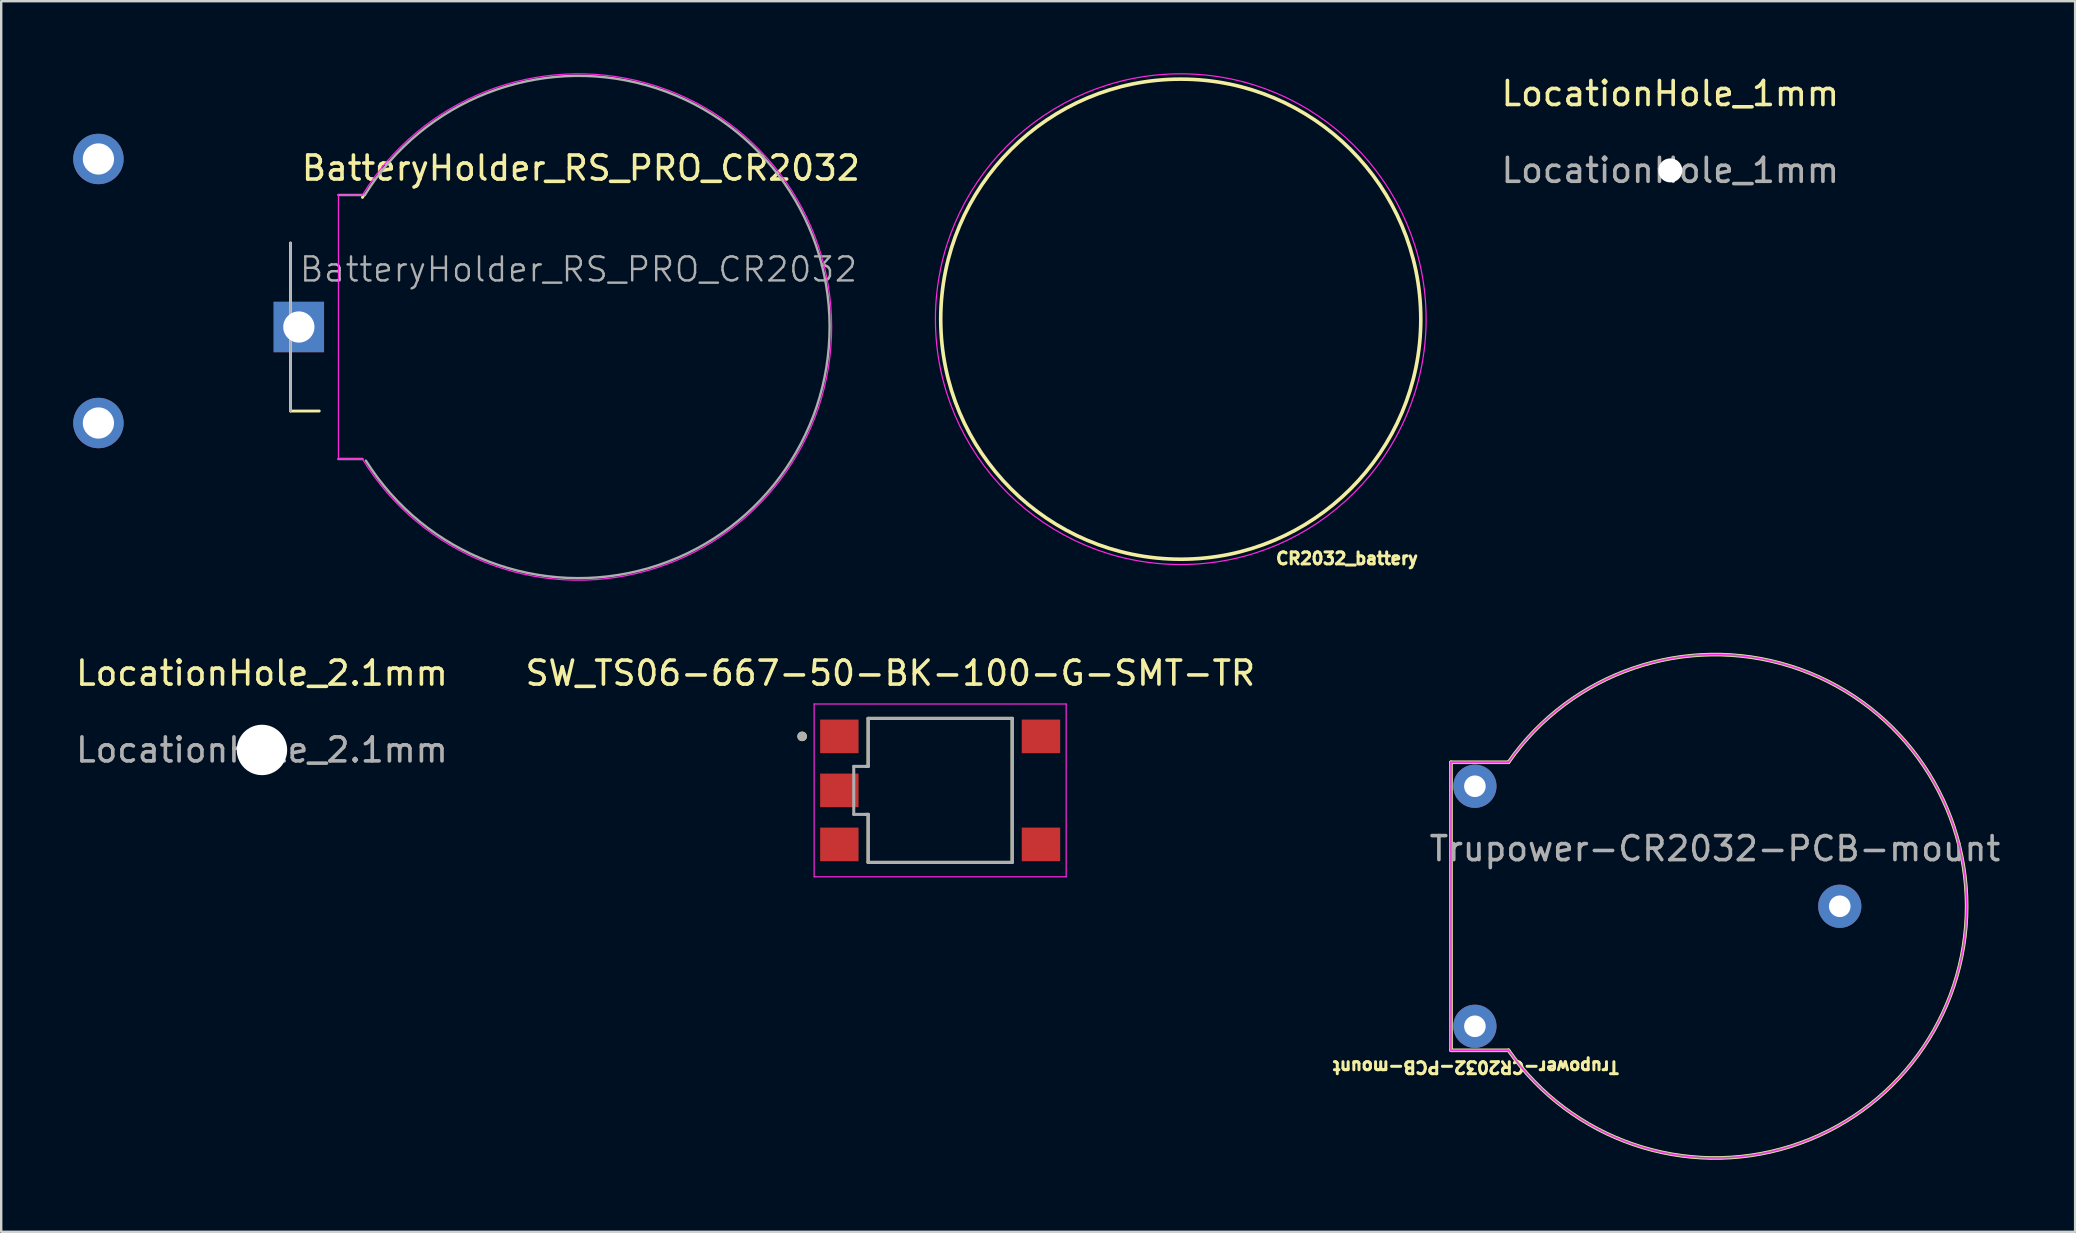
<source format=kicad_pcb>
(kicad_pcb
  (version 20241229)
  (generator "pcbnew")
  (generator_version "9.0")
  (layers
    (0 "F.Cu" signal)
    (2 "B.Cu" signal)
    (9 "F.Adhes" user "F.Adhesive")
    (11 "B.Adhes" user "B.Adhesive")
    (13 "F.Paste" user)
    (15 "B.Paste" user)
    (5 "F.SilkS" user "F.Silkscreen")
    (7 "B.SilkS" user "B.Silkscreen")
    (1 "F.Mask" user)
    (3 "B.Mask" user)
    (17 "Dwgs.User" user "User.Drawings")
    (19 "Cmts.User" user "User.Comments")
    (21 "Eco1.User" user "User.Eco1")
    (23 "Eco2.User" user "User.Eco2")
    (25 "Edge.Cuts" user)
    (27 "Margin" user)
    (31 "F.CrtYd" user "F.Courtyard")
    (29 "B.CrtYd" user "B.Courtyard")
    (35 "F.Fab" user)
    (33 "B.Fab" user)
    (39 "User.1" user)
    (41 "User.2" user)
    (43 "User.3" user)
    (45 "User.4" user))
  (footprint "Trupower-CR2032-PCB-mount"
    (layer "F.Cu")
    (at 68.395 34.706)
    (property "Reference" "Trupower-CR2032-PCB-mount" (at -9.96 6.7 180) (unlocked yes) (layer "F.SilkS") (effects (font (size 0.5 0.5) (thickness 0.15))))
    (attr through_hole)
    (fp_line (start -10.994 -6) (end -8.6 -6) (stroke (width 0.15) (type solid)) (layer "F.SilkS"))
    (fp_line (start -10.994 6) (end -10.997 -6) (stroke (width 0.15) (type solid)) (layer "F.SilkS"))
    (fp_line (start -10.994 6) (end -8.6 6) (stroke (width 0.15) (type solid)) (layer "F.SilkS"))
    (fp_arc (start -8.6 -6) (mid 10.486181 0) (end -8.6 6) (stroke (width 0.15) (type default)) (layer "F.SilkS"))
    (fp_line (start -11 -6) (end -8.6 -6) (stroke (width 0.05) (type solid)) (layer "F.CrtYd"))
    (fp_line (start -11 6) (end -11 -6) (stroke (width 0.05) (type solid)) (layer "F.CrtYd"))
    (fp_line (start -11 6) (end -8.6 6) (stroke (width 0.05) (type solid)) (layer "F.CrtYd"))
    (fp_arc (start -8.6 -6) (mid 10.486181 0) (end -8.6 6) (stroke (width 0.05) (type default)) (layer "F.CrtYd"))
    (fp_line (start -11 6) (end -11 -6) (stroke (width 0.1) (type solid)) (layer "F.Fab"))
    (fp_line (start -8.6 -6) (end -11 -6) (stroke (width 0.1) (type solid)) (layer "F.Fab"))
    (fp_line (start -8.6 6) (end -11 6) (stroke (width 0.1) (type solid)) (layer "F.Fab"))
    (fp_arc (start -8.599999 -5.999999) (mid 10.48618 0) (end -8.599999 5.999999) (stroke (width 0.1) (type default)) (layer "F.Fab"))
    (fp_text user "${REFERENCE}" (at 0 -2.4 0) (unlocked yes) (layer "F.Fab") (effects (font (size 1 1) (thickness 0.15))))
    (pad "1" thru_hole circle (at -10 -5 270) (size 1.8 1.8) (drill 0.9) (layers "*.Cu" "*.Mask"))
    (pad "1" thru_hole circle (at -10 5 270) (size 1.8 1.8) (drill 0.9) (layers "*.Cu" "*.Mask"))
    (pad "2" thru_hole circle (at 5.2 0 270) (size 1.8 1.8) (drill 0.9) (layers "*.Cu" "*.Mask")))
  (footprint "LocationHole_1mm"
    (layer "F.Cu")
    (at 66.536 4.048)
    (property "Reference" "LocationHole_1mm" (at 0 -3.2 0) (layer "F.SilkS") (effects (font (size 1 1) (thickness 0.15))))
    (attr exclude_from_pos_files)
    (fp_text user "${REFERENCE}" (at 0 0 0) (layer "F.Fab") (effects (font (size 1 1) (thickness 0.15))))
    (pad "" np_thru_hole circle (at 0 0) (size 1 1) (drill 1) (layers "*.Cu" "*.Mask")))
  (footprint "SW_TS06-667-50-BK-100-G-SMT-TR"
    (layer "F.Cu")
    (at 36.117 29.878)
    (property "Reference" "SW_TS06-667-50-BK-100-G-SMT-TR" (at -2.075 -4.885 0) (layer "F.SilkS") (effects (font (size 1 1) (thickness 0.15))))
    (attr smd)
    (fp_line (start -3 -3) (end -3 -1) (stroke (width 0.127) (type solid)) (layer "F.SilkS"))
    (fp_line (start -3 -1) (end -3.1 -1) (stroke (width 0.127) (type solid)) (layer "F.SilkS"))
    (fp_line (start -3 1) (end -3.1 1) (stroke (width 0.127) (type solid)) (layer "F.SilkS"))
    (fp_line (start -3 1) (end -3 3) (stroke (width 0.127) (type solid)) (layer "F.SilkS"))
    (fp_line (start -3 3) (end 3 3) (stroke (width 0.127) (type solid)) (layer "F.SilkS"))
    (fp_line (start 3 -3) (end -3 -3) (stroke (width 0.127) (type solid)) (layer "F.SilkS"))
    (fp_line (start 3 3) (end 3 -3) (stroke (width 0.127) (type solid)) (layer "F.SilkS"))
    (fp_circle (center -5.75 -2.25) (end -5.65 -2.25) (stroke (width 0.2) (type solid)) (fill no) (layer "F.SilkS"))
    (fp_line (start -5.25 -3.6) (end -5.25 3.6) (stroke (width 0.05) (type solid)) (layer "F.CrtYd"))
    (fp_line (start -5.25 3.6) (end 5.25 3.6) (stroke (width 0.05) (type solid)) (layer "F.CrtYd"))
    (fp_line (start 5.25 -3.6) (end -5.25 -3.6) (stroke (width 0.05) (type solid)) (layer "F.CrtYd"))
    (fp_line (start 5.25 3.6) (end 5.25 -3.6) (stroke (width 0.05) (type solid)) (layer "F.CrtYd"))
    (fp_line (start -3.6 -1) (end -3.6 1) (stroke (width 0.127) (type solid)) (layer "F.Fab"))
    (fp_line (start -3.6 1) (end -3 1) (stroke (width 0.127) (type solid)) (layer "F.Fab"))
    (fp_line (start -3 -3) (end -3 -1) (stroke (width 0.127) (type solid)) (layer "F.Fab"))
    (fp_line (start -3 -1) (end -3.6 -1) (stroke (width 0.127) (type solid)) (layer "F.Fab"))
    (fp_line (start -3 1) (end -3 3) (stroke (width 0.127) (type solid)) (layer "F.Fab"))
    (fp_line (start -3 3) (end 3 3) (stroke (width 0.127) (type solid)) (layer "F.Fab"))
    (fp_line (start 3 -3) (end -3 -3) (stroke (width 0.127) (type solid)) (layer "F.Fab"))
    (fp_line (start 3 3) (end 3 -3) (stroke (width 0.127) (type solid)) (layer "F.Fab"))
    (fp_circle (center -5.75 -2.25) (end -5.65 -2.25) (stroke (width 0.2) (type solid)) (fill no) (layer "F.Fab"))
    (pad "1" smd rect (at -4.2 -2.25) (size 1.6 1.4) (layers "F.Cu" "F.Mask" "F.Paste"))
    (pad "2" smd rect (at -4.2 2.25) (size 1.6 1.4) (layers "F.Cu" "F.Mask" "F.Paste"))
    (pad "3" smd rect (at 4.2 -2.25) (size 1.6 1.4) (layers "F.Cu" "F.Mask" "F.Paste"))
    (pad "4" smd rect (at 4.2 2.25) (size 1.6 1.4) (layers "F.Cu" "F.Mask" "F.Paste"))
    (pad "5" smd rect (at -4.2 0) (size 1.6 1.4) (layers "F.Cu" "F.Mask" "F.Paste")))
  (footprint "LocationHole_2.1mm"
    (layer "F.Cu")
    (at 7.863 28.193)
    (property "Reference" "LocationHole_2.1mm" (at 0 -3.2 0) (layer "F.SilkS") (effects (font (size 1 1) (thickness 0.15))))
    (attr exclude_from_pos_files)
    (fp_text user "${REFERENCE}" (at 0 0 0) (layer "F.Fab") (effects (font (size 1 1) (thickness 0.15))))
    (pad "" np_thru_hole circle (at 0 0) (size 2.1 2.1) (drill 2.1) (layers "*.Cu" "*.Mask")))
  (footprint "BatteryHolder_RS_PRO_CR2032"
    (layer "F.Cu")
    (at 21.05 10.573)
    (property "Reference" "BatteryHolder_RS_PRO_CR2032" (at 0.1 -6.62 0) (layer "F.SilkS") (effects (font (size 1 1) (thickness 0.15))))
    (attr through_hole)
    (fp_line (start -12 3.5) (end -12 -3.5) (stroke (width 0.12) (type solid)) (layer "F.SilkS"))
    (fp_line (start -11.988 3.5) (end -10.8 3.5) (stroke (width 0.12) (type solid)) (layer "F.SilkS"))
    (fp_arc (start -9 -5.4) (mid -8.972979 -5.444782) (end -8.945735 -5.489428) (stroke (width 0.12) (type default)) (layer "F.SilkS"))
    (fp_line (start -10 -5.5) (end -9 -5.5) (stroke (width 0.05) (type solid)) (layer "F.CrtYd"))
    (fp_line (start -10 5.5) (end -10 -5.5) (stroke (width 0.05) (type solid)) (layer "F.CrtYd"))
    (fp_line (start -10 5.5) (end -9 5.5) (stroke (width 0.05) (type solid)) (layer "F.CrtYd"))
    (fp_line (start -10 5.5) (end -9 5.5) (stroke (width 0.05) (type solid)) (layer "F.CrtYd"))
    (fp_arc (start -9 -5.5) (mid 10.547512 0) (end -9 5.5) (stroke (width 0.05) (type default)) (layer "F.CrtYd"))
    (fp_line (start -12 3.5) (end -12 -3.5) (stroke (width 0.1) (type solid)) (layer "F.Fab"))
    (fp_line (start -9 5.5) (end -10 5.5) (stroke (width 0.1) (type solid)) (layer "F.Fab"))
    (fp_line (start -8.9 -5.5) (end -10 -5.5) (stroke (width 0.1) (type solid)) (layer "F.Fab"))
    (fp_arc (start -8.9 -5.5) (mid 10.462237 -0.039913) (end -8.857777 5.567745) (stroke (width 0.1) (type default)) (layer "F.Fab"))
    (fp_text user "${REFERENCE}" (at 0 -2.4 0) (layer "F.Fab") (effects (font (size 1 1) (thickness 0.1))))
    (pad "1" thru_hole circle (at -20 -7 270) (size 2.1 2.1) (drill 1.3) (layers "*.Cu" "*.Mask"))
    (pad "1" thru_hole circle (at -20 4 270) (size 2.1 2.1) (drill 1.3) (layers "*.Cu" "*.Mask"))
    (pad "2" thru_hole rect (at -11.65 0 270) (size 2.1 2.1) (drill 1.3) (layers "*.Cu" "*.Mask")))
  (footprint "CR2032_battery"
    (layer "F.Cu")
    (at 46.141 10.247)
    (property "Reference" "CR2032_battery" (at 6.924 9.97 0) (unlocked yes) (layer "F.SilkS") (effects (font (size 0.5 0.5) (thickness 0.15))))
    (attr through_hole)
    (fp_circle (center 0 0) (end 10 0) (stroke (width 0.15) (type default)) (fill no) (layer "F.SilkS"))
    (fp_circle (center 0 0) (end 8.8 5.2) (stroke (width 0.05) (type default)) (fill no) (layer "F.CrtYd")))
  (gr_rect
    (start -3 -3)
    (end 83.401 48.267)
    (stroke (width 0.1) (type default))
    (fill no)
    (layer "Edge.Cuts")))
</source>
